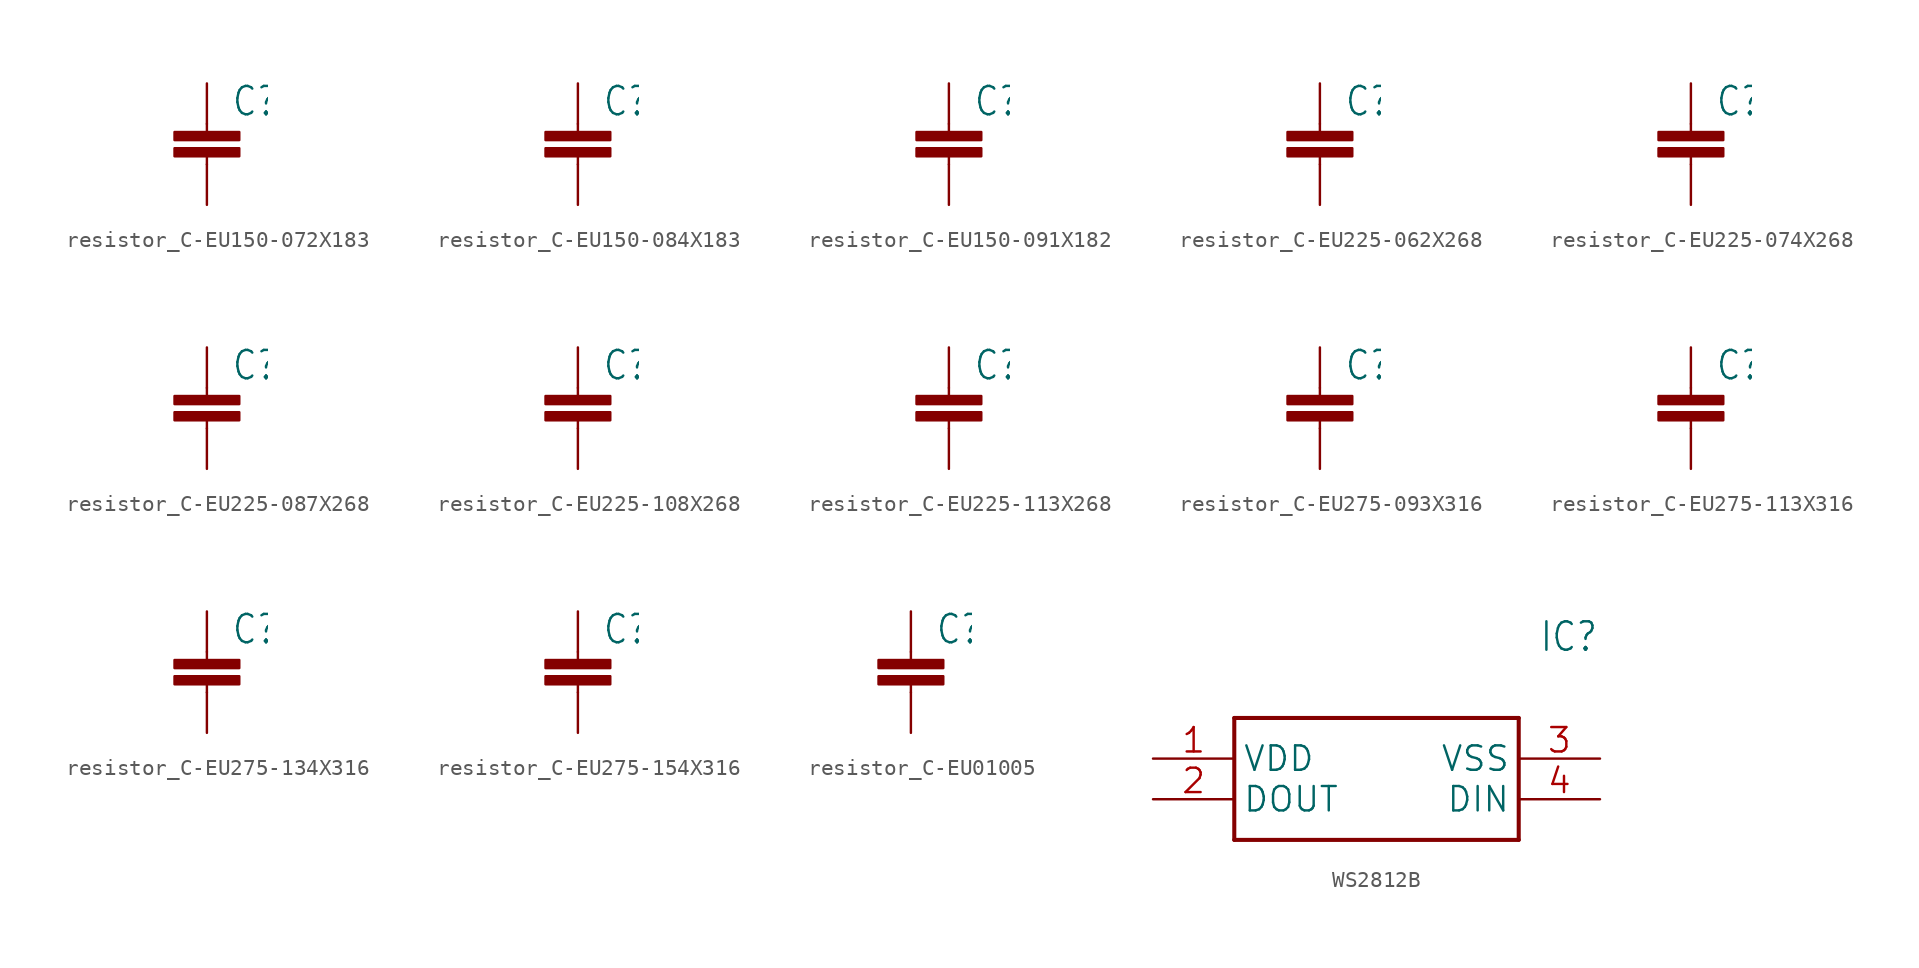
<source format=kicad_sym>
(kicad_symbol_lib
  (version 20241209)
  (generator "kicad_symbol_editor")
  (generator_version "9.0")
  (symbol "resistor_C-EU150-072X183"
    (property "Reference" "C"
      (at 1.524 0.381 0)
      (effects (font (size 1.778 1.511)) (justify left bottom)))
    (property "Value" ""
      (at 1.524 -4.699 0)
      (effects (font (size 1.778 1.511)) (justify left bottom)))
    (property "ki_locked" ""
      (at 0 0 0)
      (effects (font (size 1.27 1.27))))
    (symbol "resistor_C-EU150-072X183_1_0"
      (rectangle (start -2.032 -1.016) (end 2.032 -0.508) (stroke (width 0) (type default)) (fill (type outline)))
      (rectangle (start -2.032 -2.032) (end 2.032 -1.524) (stroke (width 0) (type default)) (fill (type outline)))
      (polyline (pts (xy 0 0) (xy 0 -0.508)) (stroke (width 0.152) (type solid)) (fill (type none)))
      (polyline (pts (xy 0 -2.54) (xy 0 -2.032)) (stroke (width 0.152) (type solid)) (fill (type none)))
      (pin passive line (at 0 2.54 270) (length 2.54) (name "1" (effects (font (size 0 0)))) (number "1" (effects (font (size 0 0)))))
      (pin passive line (at 0 -5.08 90) (length 2.54) (name "2" (effects (font (size 0 0)))) (number "2" (effects (font (size 0 0)))))))
  (symbol "resistor_C-EU150-084X183"
    (property "Reference" "C"
      (at 1.524 0.381 0)
      (effects (font (size 1.778 1.511)) (justify left bottom)))
    (property "Value" ""
      (at 1.524 -4.699 0)
      (effects (font (size 1.778 1.511)) (justify left bottom)))
    (property "ki_locked" ""
      (at 0 0 0)
      (effects (font (size 1.27 1.27))))
    (symbol "resistor_C-EU150-084X183_1_0"
      (rectangle (start -2.032 -1.016) (end 2.032 -0.508) (stroke (width 0) (type default)) (fill (type outline)))
      (rectangle (start -2.032 -2.032) (end 2.032 -1.524) (stroke (width 0) (type default)) (fill (type outline)))
      (polyline (pts (xy 0 0) (xy 0 -0.508)) (stroke (width 0.152) (type solid)) (fill (type none)))
      (polyline (pts (xy 0 -2.54) (xy 0 -2.032)) (stroke (width 0.152) (type solid)) (fill (type none)))
      (pin passive line (at 0 2.54 270) (length 2.54) (name "1" (effects (font (size 0 0)))) (number "1" (effects (font (size 0 0)))))
      (pin passive line (at 0 -5.08 90) (length 2.54) (name "2" (effects (font (size 0 0)))) (number "2" (effects (font (size 0 0)))))))
  (symbol "resistor_C-EU150-091X182"
    (property "Reference" "C"
      (at 1.524 0.381 0)
      (effects (font (size 1.778 1.511)) (justify left bottom)))
    (property "Value" ""
      (at 1.524 -4.699 0)
      (effects (font (size 1.778 1.511)) (justify left bottom)))
    (property "ki_locked" ""
      (at 0 0 0)
      (effects (font (size 1.27 1.27))))
    (symbol "resistor_C-EU150-091X182_1_0"
      (rectangle (start -2.032 -1.016) (end 2.032 -0.508) (stroke (width 0) (type default)) (fill (type outline)))
      (rectangle (start -2.032 -2.032) (end 2.032 -1.524) (stroke (width 0) (type default)) (fill (type outline)))
      (polyline (pts (xy 0 0) (xy 0 -0.508)) (stroke (width 0.152) (type solid)) (fill (type none)))
      (polyline (pts (xy 0 -2.54) (xy 0 -2.032)) (stroke (width 0.152) (type solid)) (fill (type none)))
      (pin passive line (at 0 2.54 270) (length 2.54) (name "1" (effects (font (size 0 0)))) (number "1" (effects (font (size 0 0)))))
      (pin passive line (at 0 -5.08 90) (length 2.54) (name "2" (effects (font (size 0 0)))) (number "2" (effects (font (size 0 0)))))))
  (symbol "resistor_C-EU225-062X268"
    (property "Reference" "C"
      (at 1.524 0.381 0)
      (effects (font (size 1.778 1.511)) (justify left bottom)))
    (property "Value" ""
      (at 1.524 -4.699 0)
      (effects (font (size 1.778 1.511)) (justify left bottom)))
    (property "ki_locked" ""
      (at 0 0 0)
      (effects (font (size 1.27 1.27))))
    (symbol "resistor_C-EU225-062X268_1_0"
      (rectangle (start -2.032 -1.016) (end 2.032 -0.508) (stroke (width 0) (type default)) (fill (type outline)))
      (rectangle (start -2.032 -2.032) (end 2.032 -1.524) (stroke (width 0) (type default)) (fill (type outline)))
      (polyline (pts (xy 0 0) (xy 0 -0.508)) (stroke (width 0.152) (type solid)) (fill (type none)))
      (polyline (pts (xy 0 -2.54) (xy 0 -2.032)) (stroke (width 0.152) (type solid)) (fill (type none)))
      (pin passive line (at 0 2.54 270) (length 2.54) (name "1" (effects (font (size 0 0)))) (number "1" (effects (font (size 0 0)))))
      (pin passive line (at 0 -5.08 90) (length 2.54) (name "2" (effects (font (size 0 0)))) (number "2" (effects (font (size 0 0)))))))
  (symbol "resistor_C-EU225-074X268"
    (property "Reference" "C"
      (at 1.524 0.381 0)
      (effects (font (size 1.778 1.511)) (justify left bottom)))
    (property "Value" ""
      (at 1.524 -4.699 0)
      (effects (font (size 1.778 1.511)) (justify left bottom)))
    (property "ki_locked" ""
      (at 0 0 0)
      (effects (font (size 1.27 1.27))))
    (symbol "resistor_C-EU225-074X268_1_0"
      (rectangle (start -2.032 -1.016) (end 2.032 -0.508) (stroke (width 0) (type default)) (fill (type outline)))
      (rectangle (start -2.032 -2.032) (end 2.032 -1.524) (stroke (width 0) (type default)) (fill (type outline)))
      (polyline (pts (xy 0 0) (xy 0 -0.508)) (stroke (width 0.152) (type solid)) (fill (type none)))
      (polyline (pts (xy 0 -2.54) (xy 0 -2.032)) (stroke (width 0.152) (type solid)) (fill (type none)))
      (pin passive line (at 0 2.54 270) (length 2.54) (name "1" (effects (font (size 0 0)))) (number "1" (effects (font (size 0 0)))))
      (pin passive line (at 0 -5.08 90) (length 2.54) (name "2" (effects (font (size 0 0)))) (number "2" (effects (font (size 0 0)))))))
  (symbol "resistor_C-EU225-087X268"
    (property "Reference" "C"
      (at 1.524 0.381 0)
      (effects (font (size 1.778 1.511)) (justify left bottom)))
    (property "Value" ""
      (at 1.524 -4.699 0)
      (effects (font (size 1.778 1.511)) (justify left bottom)))
    (property "ki_locked" ""
      (at 0 0 0)
      (effects (font (size 1.27 1.27))))
    (symbol "resistor_C-EU225-087X268_1_0"
      (rectangle (start -2.032 -1.016) (end 2.032 -0.508) (stroke (width 0) (type default)) (fill (type outline)))
      (rectangle (start -2.032 -2.032) (end 2.032 -1.524) (stroke (width 0) (type default)) (fill (type outline)))
      (polyline (pts (xy 0 0) (xy 0 -0.508)) (stroke (width 0.152) (type solid)) (fill (type none)))
      (polyline (pts (xy 0 -2.54) (xy 0 -2.032)) (stroke (width 0.152) (type solid)) (fill (type none)))
      (pin passive line (at 0 2.54 270) (length 2.54) (name "1" (effects (font (size 0 0)))) (number "1" (effects (font (size 0 0)))))
      (pin passive line (at 0 -5.08 90) (length 2.54) (name "2" (effects (font (size 0 0)))) (number "2" (effects (font (size 0 0)))))))
  (symbol "resistor_C-EU225-108X268"
    (property "Reference" "C"
      (at 1.524 0.381 0)
      (effects (font (size 1.778 1.511)) (justify left bottom)))
    (property "Value" ""
      (at 1.524 -4.699 0)
      (effects (font (size 1.778 1.511)) (justify left bottom)))
    (property "ki_locked" ""
      (at 0 0 0)
      (effects (font (size 1.27 1.27))))
    (symbol "resistor_C-EU225-108X268_1_0"
      (rectangle (start -2.032 -1.016) (end 2.032 -0.508) (stroke (width 0) (type default)) (fill (type outline)))
      (rectangle (start -2.032 -2.032) (end 2.032 -1.524) (stroke (width 0) (type default)) (fill (type outline)))
      (polyline (pts (xy 0 0) (xy 0 -0.508)) (stroke (width 0.152) (type solid)) (fill (type none)))
      (polyline (pts (xy 0 -2.54) (xy 0 -2.032)) (stroke (width 0.152) (type solid)) (fill (type none)))
      (pin passive line (at 0 2.54 270) (length 2.54) (name "1" (effects (font (size 0 0)))) (number "1" (effects (font (size 0 0)))))
      (pin passive line (at 0 -5.08 90) (length 2.54) (name "2" (effects (font (size 0 0)))) (number "2" (effects (font (size 0 0)))))))
  (symbol "resistor_C-EU225-113X268"
    (property "Reference" "C"
      (at 1.524 0.381 0)
      (effects (font (size 1.778 1.511)) (justify left bottom)))
    (property "Value" ""
      (at 1.524 -4.699 0)
      (effects (font (size 1.778 1.511)) (justify left bottom)))
    (property "ki_locked" ""
      (at 0 0 0)
      (effects (font (size 1.27 1.27))))
    (symbol "resistor_C-EU225-113X268_1_0"
      (rectangle (start -2.032 -1.016) (end 2.032 -0.508) (stroke (width 0) (type default)) (fill (type outline)))
      (rectangle (start -2.032 -2.032) (end 2.032 -1.524) (stroke (width 0) (type default)) (fill (type outline)))
      (polyline (pts (xy 0 0) (xy 0 -0.508)) (stroke (width 0.152) (type solid)) (fill (type none)))
      (polyline (pts (xy 0 -2.54) (xy 0 -2.032)) (stroke (width 0.152) (type solid)) (fill (type none)))
      (pin passive line (at 0 2.54 270) (length 2.54) (name "1" (effects (font (size 0 0)))) (number "1" (effects (font (size 0 0)))))
      (pin passive line (at 0 -5.08 90) (length 2.54) (name "2" (effects (font (size 0 0)))) (number "2" (effects (font (size 0 0)))))))
  (symbol "resistor_C-EU275-093X316"
    (property "Reference" "C"
      (at 1.524 0.381 0)
      (effects (font (size 1.778 1.511)) (justify left bottom)))
    (property "Value" ""
      (at 1.524 -4.699 0)
      (effects (font (size 1.778 1.511)) (justify left bottom)))
    (property "ki_locked" ""
      (at 0 0 0)
      (effects (font (size 1.27 1.27))))
    (symbol "resistor_C-EU275-093X316_1_0"
      (rectangle (start -2.032 -1.016) (end 2.032 -0.508) (stroke (width 0) (type default)) (fill (type outline)))
      (rectangle (start -2.032 -2.032) (end 2.032 -1.524) (stroke (width 0) (type default)) (fill (type outline)))
      (polyline (pts (xy 0 0) (xy 0 -0.508)) (stroke (width 0.152) (type solid)) (fill (type none)))
      (polyline (pts (xy 0 -2.54) (xy 0 -2.032)) (stroke (width 0.152) (type solid)) (fill (type none)))
      (pin passive line (at 0 2.54 270) (length 2.54) (name "1" (effects (font (size 0 0)))) (number "1" (effects (font (size 0 0)))))
      (pin passive line (at 0 -5.08 90) (length 2.54) (name "2" (effects (font (size 0 0)))) (number "2" (effects (font (size 0 0)))))))
  (symbol "resistor_C-EU275-113X316"
    (property "Reference" "C"
      (at 1.524 0.381 0)
      (effects (font (size 1.778 1.511)) (justify left bottom)))
    (property "Value" ""
      (at 1.524 -4.699 0)
      (effects (font (size 1.778 1.511)) (justify left bottom)))
    (property "ki_locked" ""
      (at 0 0 0)
      (effects (font (size 1.27 1.27))))
    (symbol "resistor_C-EU275-113X316_1_0"
      (rectangle (start -2.032 -1.016) (end 2.032 -0.508) (stroke (width 0) (type default)) (fill (type outline)))
      (rectangle (start -2.032 -2.032) (end 2.032 -1.524) (stroke (width 0) (type default)) (fill (type outline)))
      (polyline (pts (xy 0 0) (xy 0 -0.508)) (stroke (width 0.152) (type solid)) (fill (type none)))
      (polyline (pts (xy 0 -2.54) (xy 0 -2.032)) (stroke (width 0.152) (type solid)) (fill (type none)))
      (pin passive line (at 0 2.54 270) (length 2.54) (name "1" (effects (font (size 0 0)))) (number "1" (effects (font (size 0 0)))))
      (pin passive line (at 0 -5.08 90) (length 2.54) (name "2" (effects (font (size 0 0)))) (number "2" (effects (font (size 0 0)))))))
  (symbol "resistor_C-EU275-134X316"
    (property "Reference" "C"
      (at 1.524 0.381 0)
      (effects (font (size 1.778 1.511)) (justify left bottom)))
    (property "Value" ""
      (at 1.524 -4.699 0)
      (effects (font (size 1.778 1.511)) (justify left bottom)))
    (property "ki_locked" ""
      (at 0 0 0)
      (effects (font (size 1.27 1.27))))
    (symbol "resistor_C-EU275-134X316_1_0"
      (rectangle (start -2.032 -1.016) (end 2.032 -0.508) (stroke (width 0) (type default)) (fill (type outline)))
      (rectangle (start -2.032 -2.032) (end 2.032 -1.524) (stroke (width 0) (type default)) (fill (type outline)))
      (polyline (pts (xy 0 0) (xy 0 -0.508)) (stroke (width 0.152) (type solid)) (fill (type none)))
      (polyline (pts (xy 0 -2.54) (xy 0 -2.032)) (stroke (width 0.152) (type solid)) (fill (type none)))
      (pin passive line (at 0 2.54 270) (length 2.54) (name "1" (effects (font (size 0 0)))) (number "1" (effects (font (size 0 0)))))
      (pin passive line (at 0 -5.08 90) (length 2.54) (name "2" (effects (font (size 0 0)))) (number "2" (effects (font (size 0 0)))))))
  (symbol "resistor_C-EU275-154X316"
    (property "Reference" "C"
      (at 1.524 0.381 0)
      (effects (font (size 1.778 1.511)) (justify left bottom)))
    (property "Value" ""
      (at 1.524 -4.699 0)
      (effects (font (size 1.778 1.511)) (justify left bottom)))
    (property "ki_locked" ""
      (at 0 0 0)
      (effects (font (size 1.27 1.27))))
    (symbol "resistor_C-EU275-154X316_1_0"
      (rectangle (start -2.032 -1.016) (end 2.032 -0.508) (stroke (width 0) (type default)) (fill (type outline)))
      (rectangle (start -2.032 -2.032) (end 2.032 -1.524) (stroke (width 0) (type default)) (fill (type outline)))
      (polyline (pts (xy 0 0) (xy 0 -0.508)) (stroke (width 0.152) (type solid)) (fill (type none)))
      (polyline (pts (xy 0 -2.54) (xy 0 -2.032)) (stroke (width 0.152) (type solid)) (fill (type none)))
      (pin passive line (at 0 2.54 270) (length 2.54) (name "1" (effects (font (size 0 0)))) (number "1" (effects (font (size 0 0)))))
      (pin passive line (at 0 -5.08 90) (length 2.54) (name "2" (effects (font (size 0 0)))) (number "2" (effects (font (size 0 0)))))))
  (symbol "resistor_C-EU01005"
    (property "Reference" "C"
      (at 1.524 0.381 0)
      (effects (font (size 1.778 1.511)) (justify left bottom)))
    (property "Value" ""
      (at 1.524 -4.699 0)
      (effects (font (size 1.778 1.511)) (justify left bottom)))
    (property "ki_locked" ""
      (at 0 0 0)
      (effects (font (size 1.27 1.27))))
    (symbol "resistor_C-EU01005_1_0"
      (rectangle (start -2.032 -1.016) (end 2.032 -0.508) (stroke (width 0) (type default)) (fill (type outline)))
      (rectangle (start -2.032 -2.032) (end 2.032 -1.524) (stroke (width 0) (type default)) (fill (type outline)))
      (polyline (pts (xy 0 0) (xy 0 -0.508)) (stroke (width 0.152) (type solid)) (fill (type none)))
      (polyline (pts (xy 0 -2.54) (xy 0 -2.032)) (stroke (width 0.152) (type solid)) (fill (type none)))
      (pin passive line (at 0 2.54 270) (length 2.54) (name "1" (effects (font (size 0 0)))) (number "1" (effects (font (size 0 0)))))
      (pin passive line (at 0 -5.08 90) (length 2.54) (name "2" (effects (font (size 0 0)))) (number "2" (effects (font (size 0 0)))))))
  (symbol "WS2812B"
    (property "Reference" "IC"
      (at 24.13 7.62 0)
      (effects (font (size 1.778 1.511)) (justify left)))
    (property "Value" ""
      (at 24.13 5.08 0)
      (effects (font (size 1.778 1.511)) (justify left)))
    (property "ki_locked" ""
      (at 0 0 0)
      (effects (font (size 1.27 1.27))))
    (symbol "WS2812B_1_0"
      (polyline (pts (xy 5.08 2.54) (xy 5.08 -5.08)) (stroke (width 0.254) (type solid)) (fill (type none)))
      (polyline (pts (xy 5.08 2.54) (xy 22.86 2.54)) (stroke (width 0.254) (type solid)) (fill (type none)))
      (polyline (pts (xy 22.86 -5.08) (xy 5.08 -5.08)) (stroke (width 0.254) (type solid)) (fill (type none)))
      (polyline (pts (xy 22.86 -5.08) (xy 22.86 2.54)) (stroke (width 0.254) (type solid)) (fill (type none)))
      (pin power_in line (at 0 0 0) (length 5.08) (name "VDD" (effects (font (size 1.524 1.524)))) (number "1" (effects (font (size 1.524 1.524)))))
      (pin output line (at 0 -2.54 0) (length 5.08) (name "DOUT" (effects (font (size 1.524 1.524)))) (number "2" (effects (font (size 1.524 1.524)))))
      (pin power_in line (at 27.94 0 180) (length 5.08) (name "VSS" (effects (font (size 1.524 1.524)))) (number "3" (effects (font (size 1.524 1.524)))))
      (pin input line (at 27.94 -2.54 180) (length 5.08) (name "DIN" (effects (font (size 1.524 1.524)))) (number "4" (effects (font (size 1.524 1.524))))))))
</source>
